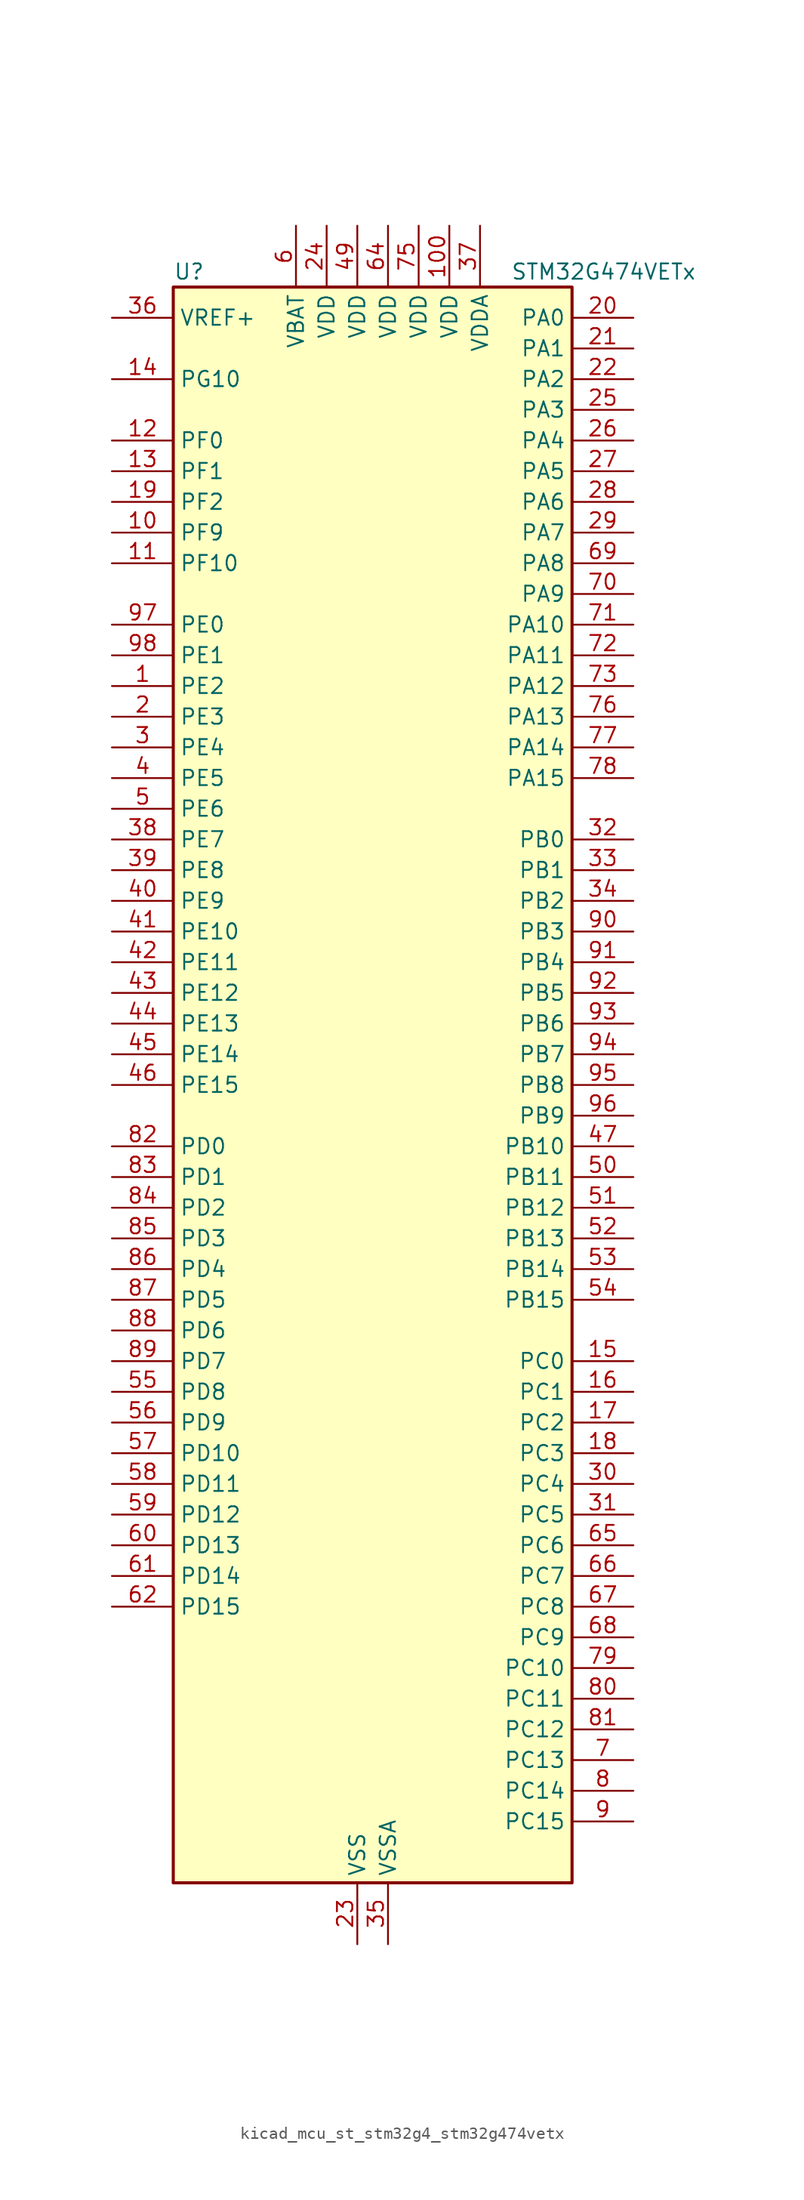
<source format=kicad_sym>
(kicad_symbol_lib
  (version 20220914)
  (generator kicad_symbol_editor)
  (symbol "kicad_mcu_st_stm32g4_stm32g474vetx"
    (property "Reference" "U"
      (at -15.24 67.31 0)
      (effects (font (size 1.27 1.27)) (justify left)))
    (property "Value" "STM32G474VETx"
      (at 12.7 67.31 0)
      (effects (font (size 1.27 1.27)) (justify left)))
    (property "ki_locked" ""
      (at 0 0 0)
      (effects (font (size 1.27 1.27))))
    (symbol "kicad_mcu_st_stm32g4_stm32g474vetx_0_1"
      (rectangle (start -15.24 -66.04) (end 17.78 66.04) (stroke (width 0.254) (type default)) (fill (type background))))
    (symbol "kicad_mcu_st_stm32g4_stm32g474vetx_1_1"
      (pin bidirectional line (at -20.32 33.02 0) (length 5.08) (name "PE2" (effects (font (size 1.27 1.27)))) (number "1" (effects (font (size 1.27 1.27)))) (alternate "ADC3_EXTI2" bidirectional line) (alternate "ADC4_EXTI2" bidirectional line) (alternate "ADC5_EXTI2" bidirectional line) (alternate "FMC_A23" bidirectional line) (alternate "SAI1_CK1" bidirectional line) (alternate "SAI1_MCLK_A" bidirectional line) (alternate "SPI4_SCK" bidirectional line) (alternate "SYS_TRACECLK" bidirectional line) (alternate "TIM20_CH1" bidirectional line) (alternate "TIM3_CH1" bidirectional line))
      (pin bidirectional line (at -20.32 45.72 0) (length 5.08) (name "PF9" (effects (font (size 1.27 1.27)))) (number "10" (effects (font (size 1.27 1.27)))) (alternate "DAC1_EXTI9" bidirectional line) (alternate "DAC2_EXTI9" bidirectional line) (alternate "DAC3_EXTI9" bidirectional line) (alternate "DAC4_EXTI9" bidirectional line) (alternate "FMC_A25" bidirectional line) (alternate "QUADSPI1_BK1_IO1" bidirectional line) (alternate "SAI1_FS_B" bidirectional line) (alternate "SPI2_SCK" bidirectional line) (alternate "TIM15_CH1" bidirectional line) (alternate "TIM20_BKIN" bidirectional line) (alternate "TIM5_CH4" bidirectional line))
      (pin power_in line (at 7.62 71.12 270) (length 5.08) (name "VDD" (effects (font (size 1.27 1.27)))) (number "100" (effects (font (size 1.27 1.27)))))
      (pin bidirectional line (at -20.32 43.18 0) (length 5.08) (name "PF10" (effects (font (size 1.27 1.27)))) (number "11" (effects (font (size 1.27 1.27)))) (alternate "DAC1_EXTI10" bidirectional line) (alternate "DAC2_EXTI10" bidirectional line) (alternate "DAC3_EXTI10" bidirectional line) (alternate "DAC4_EXTI10" bidirectional line) (alternate "FMC_A0" bidirectional line) (alternate "QUADSPI1_CLK" bidirectional line) (alternate "SAI1_D3" bidirectional line) (alternate "SPI2_SCK" bidirectional line) (alternate "TIM15_CH2" bidirectional line) (alternate "TIM20_BKIN2" bidirectional line))
      (pin bidirectional line (at -20.32 53.34 0) (length 5.08) (name "PF0" (effects (font (size 1.27 1.27)))) (number "12" (effects (font (size 1.27 1.27)))) (alternate "ADC1_IN10" bidirectional line) (alternate "I2C2_SDA" bidirectional line) (alternate "I2S2_WS" bidirectional line) (alternate "RCC_OSC_IN" bidirectional line) (alternate "SPI2_NSS" bidirectional line) (alternate "TIM1_CH3N" bidirectional line))
      (pin bidirectional line (at -20.32 50.8 0) (length 5.08) (name "PF1" (effects (font (size 1.27 1.27)))) (number "13" (effects (font (size 1.27 1.27)))) (alternate "ADC2_IN10" bidirectional line) (alternate "COMP3_INM" bidirectional line) (alternate "I2S2_CK" bidirectional line) (alternate "RCC_OSC_OUT" bidirectional line) (alternate "SPI2_SCK" bidirectional line))
      (pin bidirectional line (at -20.32 58.42 0) (length 5.08) (name "PG10" (effects (font (size 1.27 1.27)))) (number "14" (effects (font (size 1.27 1.27)))) (alternate "DAC1_EXTI10" bidirectional line) (alternate "DAC2_EXTI10" bidirectional line) (alternate "DAC3_EXTI10" bidirectional line) (alternate "DAC4_EXTI10" bidirectional line) (alternate "RCC_MCO" bidirectional line))
      (pin bidirectional line (at 22.86 -22.86 180) (length 5.08) (name "PC0" (effects (font (size 1.27 1.27)))) (number "15" (effects (font (size 1.27 1.27)))) (alternate "ADC1_IN6" bidirectional line) (alternate "ADC2_IN6" bidirectional line) (alternate "COMP3_INM" bidirectional line) (alternate "LPTIM1_IN1" bidirectional line) (alternate "LPUART1_RX" bidirectional line) (alternate "TIM1_CH1" bidirectional line))
      (pin bidirectional line (at 22.86 -25.4 180) (length 5.08) (name "PC1" (effects (font (size 1.27 1.27)))) (number "16" (effects (font (size 1.27 1.27)))) (alternate "ADC1_IN7" bidirectional line) (alternate "ADC2_IN7" bidirectional line) (alternate "COMP3_INP" bidirectional line) (alternate "LPTIM1_OUT" bidirectional line) (alternate "LPUART1_TX" bidirectional line) (alternate "QUADSPI1_BK2_IO0" bidirectional line) (alternate "SAI1_SD_A" bidirectional line) (alternate "TIM1_CH2" bidirectional line))
      (pin bidirectional line (at 22.86 -27.94 180) (length 5.08) (name "PC2" (effects (font (size 1.27 1.27)))) (number "17" (effects (font (size 1.27 1.27)))) (alternate "ADC1_IN8" bidirectional line) (alternate "ADC2_IN8" bidirectional line) (alternate "ADC3_EXTI2" bidirectional line) (alternate "ADC4_EXTI2" bidirectional line) (alternate "ADC5_EXTI2" bidirectional line) (alternate "COMP3_OUT" bidirectional line) (alternate "LPTIM1_IN2" bidirectional line) (alternate "QUADSPI1_BK2_IO1" bidirectional line) (alternate "TIM1_CH3" bidirectional line) (alternate "TIM20_CH2" bidirectional line))
      (pin bidirectional line (at 22.86 -30.48 180) (length 5.08) (name "PC3" (effects (font (size 1.27 1.27)))) (number "18" (effects (font (size 1.27 1.27)))) (alternate "ADC1_IN9" bidirectional line) (alternate "ADC2_IN9" bidirectional line) (alternate "ADC3_EXTI3" bidirectional line) (alternate "ADC4_EXTI3" bidirectional line) (alternate "ADC5_EXTI3" bidirectional line) (alternate "LPTIM1_ETR" bidirectional line) (alternate "OPAMP5_VINP" bidirectional line) (alternate "OPAMP5_VINP_SEC" bidirectional line) (alternate "QUADSPI1_BK2_IO2" bidirectional line) (alternate "SAI1_D1" bidirectional line) (alternate "SAI1_SD_A" bidirectional line) (alternate "TIM1_BKIN2" bidirectional line) (alternate "TIM1_CH4" bidirectional line))
      (pin bidirectional line (at -20.32 48.26 0) (length 5.08) (name "PF2" (effects (font (size 1.27 1.27)))) (number "19" (effects (font (size 1.27 1.27)))) (alternate "ADC3_EXTI2" bidirectional line) (alternate "ADC4_EXTI2" bidirectional line) (alternate "ADC5_EXTI2" bidirectional line) (alternate "FMC_A2" bidirectional line) (alternate "I2C2_SMBA" bidirectional line) (alternate "TIM20_CH3" bidirectional line))
      (pin bidirectional line (at -20.32 30.48 0) (length 5.08) (name "PE3" (effects (font (size 1.27 1.27)))) (number "2" (effects (font (size 1.27 1.27)))) (alternate "ADC3_EXTI3" bidirectional line) (alternate "ADC4_EXTI3" bidirectional line) (alternate "ADC5_EXTI3" bidirectional line) (alternate "FMC_A19" bidirectional line) (alternate "SAI1_SD_B" bidirectional line) (alternate "SPI4_NSS" bidirectional line) (alternate "SYS_TRACED0" bidirectional line) (alternate "TIM20_CH2" bidirectional line) (alternate "TIM3_CH2" bidirectional line))
      (pin bidirectional line (at 22.86 63.5 180) (length 5.08) (name "PA0" (effects (font (size 1.27 1.27)))) (number "20" (effects (font (size 1.27 1.27)))) (alternate "ADC1_IN1" bidirectional line) (alternate "ADC2_IN1" bidirectional line) (alternate "COMP1_INM" bidirectional line) (alternate "COMP1_OUT" bidirectional line) (alternate "COMP3_INP" bidirectional line) (alternate "RTC_TAMP2" bidirectional line) (alternate "SYS_WKUP1" bidirectional line) (alternate "TIM2_CH1" bidirectional line) (alternate "TIM2_ETR" bidirectional line) (alternate "TIM5_CH1" bidirectional line) (alternate "TIM8_BKIN" bidirectional line) (alternate "TIM8_ETR" bidirectional line) (alternate "USART2_CTS" bidirectional line) (alternate "USART2_NSS" bidirectional line))
      (pin bidirectional line (at 22.86 60.96 180) (length 5.08) (name "PA1" (effects (font (size 1.27 1.27)))) (number "21" (effects (font (size 1.27 1.27)))) (alternate "ADC1_IN2" bidirectional line) (alternate "ADC2_IN2" bidirectional line) (alternate "COMP1_INP" bidirectional line) (alternate "OPAMP1_VINP" bidirectional line) (alternate "OPAMP1_VINP_SEC" bidirectional line) (alternate "OPAMP3_VINP" bidirectional line) (alternate "OPAMP3_VINP_SEC" bidirectional line) (alternate "OPAMP6_VINM" bidirectional line) (alternate "OPAMP6_VINM0" bidirectional line) (alternate "OPAMP6_VINM_SEC" bidirectional line) (alternate "RTC_REFIN" bidirectional line) (alternate "TIM15_CH1N" bidirectional line) (alternate "TIM2_CH2" bidirectional line) (alternate "TIM5_CH2" bidirectional line) (alternate "USART2_DE" bidirectional line) (alternate "USART2_RTS" bidirectional line))
      (pin bidirectional line (at 22.86 58.42 180) (length 5.08) (name "PA2" (effects (font (size 1.27 1.27)))) (number "22" (effects (font (size 1.27 1.27)))) (alternate "ADC1_IN3" bidirectional line) (alternate "ADC3_EXTI2" bidirectional line) (alternate "ADC4_EXTI2" bidirectional line) (alternate "ADC5_EXTI2" bidirectional line) (alternate "COMP2_INM" bidirectional line) (alternate "COMP2_OUT" bidirectional line) (alternate "LPUART1_TX" bidirectional line) (alternate "OPAMP1_VOUT" bidirectional line) (alternate "QUADSPI1_BK1_NCS" bidirectional line) (alternate "RCC_LSCO" bidirectional line) (alternate "SYS_WKUP4" bidirectional line) (alternate "TIM15_CH1" bidirectional line) (alternate "TIM2_CH3" bidirectional line) (alternate "TIM5_CH3" bidirectional line) (alternate "UCPD1_FRSTX1" bidirectional line) (alternate "UCPD1_FRSTX2" bidirectional line) (alternate "USART2_TX" bidirectional line))
      (pin power_in line (at 0 -71.12 90) (length 5.08) (name "VSS" (effects (font (size 1.27 1.27)))) (number "23" (effects (font (size 1.27 1.27)))))
      (pin power_in line (at -2.54 71.12 270) (length 5.08) (name "VDD" (effects (font (size 1.27 1.27)))) (number "24" (effects (font (size 1.27 1.27)))))
      (pin bidirectional line (at 22.86 55.88 180) (length 5.08) (name "PA3" (effects (font (size 1.27 1.27)))) (number "25" (effects (font (size 1.27 1.27)))) (alternate "ADC1_IN4" bidirectional line) (alternate "ADC3_EXTI3" bidirectional line) (alternate "ADC4_EXTI3" bidirectional line) (alternate "ADC5_EXTI3" bidirectional line) (alternate "COMP2_INP" bidirectional line) (alternate "LPUART1_RX" bidirectional line) (alternate "OPAMP1_VINM" bidirectional line) (alternate "OPAMP1_VINM0" bidirectional line) (alternate "OPAMP1_VINM_SEC" bidirectional line) (alternate "OPAMP1_VINP" bidirectional line) (alternate "OPAMP1_VINP_SEC" bidirectional line) (alternate "OPAMP5_VINM" bidirectional line) (alternate "OPAMP5_VINM1" bidirectional line) (alternate "OPAMP5_VINM_SEC" bidirectional line) (alternate "QUADSPI1_CLK" bidirectional line) (alternate "SAI1_CK1" bidirectional line) (alternate "SAI1_MCLK_A" bidirectional line) (alternate "TIM15_CH2" bidirectional line) (alternate "TIM2_CH4" bidirectional line) (alternate "TIM5_CH4" bidirectional line) (alternate "USART2_RX" bidirectional line))
      (pin bidirectional line (at 22.86 53.34 180) (length 5.08) (name "PA4" (effects (font (size 1.27 1.27)))) (number "26" (effects (font (size 1.27 1.27)))) (alternate "ADC2_IN17" bidirectional line) (alternate "COMP1_INM" bidirectional line) (alternate "DAC1_OUT1" bidirectional line) (alternate "I2S3_WS" bidirectional line) (alternate "SAI1_FS_B" bidirectional line) (alternate "SPI1_NSS" bidirectional line) (alternate "SPI3_NSS" bidirectional line) (alternate "TIM3_CH2" bidirectional line) (alternate "USART2_CK" bidirectional line))
      (pin bidirectional line (at 22.86 50.8 180) (length 5.08) (name "PA5" (effects (font (size 1.27 1.27)))) (number "27" (effects (font (size 1.27 1.27)))) (alternate "ADC2_IN13" bidirectional line) (alternate "COMP2_INM" bidirectional line) (alternate "DAC1_OUT2" bidirectional line) (alternate "OPAMP2_VINM" bidirectional line) (alternate "OPAMP2_VINM0" bidirectional line) (alternate "OPAMP2_VINM_SEC" bidirectional line) (alternate "SPI1_SCK" bidirectional line) (alternate "TIM2_CH1" bidirectional line) (alternate "TIM2_ETR" bidirectional line) (alternate "UCPD1_FRSTX1" bidirectional line) (alternate "UCPD1_FRSTX2" bidirectional line))
      (pin bidirectional line (at 22.86 48.26 180) (length 5.08) (name "PA6" (effects (font (size 1.27 1.27)))) (number "28" (effects (font (size 1.27 1.27)))) (alternate "ADC2_IN3" bidirectional line) (alternate "COMP1_OUT" bidirectional line) (alternate "DAC2_OUT1" bidirectional line) (alternate "LPUART1_CTS" bidirectional line) (alternate "OPAMP2_VOUT" bidirectional line) (alternate "QUADSPI1_BK1_IO3" bidirectional line) (alternate "SPI1_MISO" bidirectional line) (alternate "TIM16_CH1" bidirectional line) (alternate "TIM1_BKIN" bidirectional line) (alternate "TIM3_CH1" bidirectional line) (alternate "TIM8_BKIN" bidirectional line))
      (pin bidirectional line (at 22.86 45.72 180) (length 5.08) (name "PA7" (effects (font (size 1.27 1.27)))) (number "29" (effects (font (size 1.27 1.27)))) (alternate "ADC2_IN4" bidirectional line) (alternate "COMP2_INP" bidirectional line) (alternate "COMP2_OUT" bidirectional line) (alternate "OPAMP1_VINP" bidirectional line) (alternate "OPAMP1_VINP_SEC" bidirectional line) (alternate "OPAMP2_VINP" bidirectional line) (alternate "OPAMP2_VINP_SEC" bidirectional line) (alternate "QUADSPI1_BK1_IO2" bidirectional line) (alternate "SPI1_MOSI" bidirectional line) (alternate "TIM17_CH1" bidirectional line) (alternate "TIM1_CH1N" bidirectional line) (alternate "TIM3_CH2" bidirectional line) (alternate "TIM8_CH1N" bidirectional line) (alternate "UCPD1_FRSTX1" bidirectional line) (alternate "UCPD1_FRSTX2" bidirectional line))
      (pin bidirectional line (at -20.32 27.94 0) (length 5.08) (name "PE4" (effects (font (size 1.27 1.27)))) (number "3" (effects (font (size 1.27 1.27)))) (alternate "FMC_A20" bidirectional line) (alternate "SAI1_D2" bidirectional line) (alternate "SAI1_FS_A" bidirectional line) (alternate "SPI4_NSS" bidirectional line) (alternate "SYS_TRACED1" bidirectional line) (alternate "TIM20_CH1N" bidirectional line) (alternate "TIM3_CH3" bidirectional line))
      (pin bidirectional line (at 22.86 -33.02 180) (length 5.08) (name "PC4" (effects (font (size 1.27 1.27)))) (number "30" (effects (font (size 1.27 1.27)))) (alternate "ADC2_IN5" bidirectional line) (alternate "I2C2_SCL" bidirectional line) (alternate "QUADSPI1_BK2_IO3" bidirectional line) (alternate "TIM1_ETR" bidirectional line) (alternate "USART1_TX" bidirectional line))
      (pin bidirectional line (at 22.86 -35.56 180) (length 5.08) (name "PC5" (effects (font (size 1.27 1.27)))) (number "31" (effects (font (size 1.27 1.27)))) (alternate "ADC2_IN11" bidirectional line) (alternate "HRTIM1_EEV10" bidirectional line) (alternate "OPAMP1_VINM" bidirectional line) (alternate "OPAMP1_VINM1" bidirectional line) (alternate "OPAMP1_VINM_SEC" bidirectional line) (alternate "OPAMP2_VINM" bidirectional line) (alternate "OPAMP2_VINM1" bidirectional line) (alternate "OPAMP2_VINM_SEC" bidirectional line) (alternate "SAI1_D3" bidirectional line) (alternate "SYS_WKUP5" bidirectional line) (alternate "TIM15_BKIN" bidirectional line) (alternate "TIM1_CH4N" bidirectional line) (alternate "USART1_RX" bidirectional line))
      (pin bidirectional line (at 22.86 20.32 180) (length 5.08) (name "PB0" (effects (font (size 1.27 1.27)))) (number "32" (effects (font (size 1.27 1.27)))) (alternate "ADC1_IN15" bidirectional line) (alternate "ADC3_IN12" bidirectional line) (alternate "COMP4_INP" bidirectional line) (alternate "HRTIM1_FLT5" bidirectional line) (alternate "OPAMP2_VINP" bidirectional line) (alternate "OPAMP2_VINP_SEC" bidirectional line) (alternate "OPAMP3_VINP" bidirectional line) (alternate "OPAMP3_VINP_SEC" bidirectional line) (alternate "QUADSPI1_BK1_IO1" bidirectional line) (alternate "TIM1_CH2N" bidirectional line) (alternate "TIM3_CH3" bidirectional line) (alternate "TIM8_CH2N" bidirectional line) (alternate "UCPD1_FRSTX1" bidirectional line) (alternate "UCPD1_FRSTX2" bidirectional line))
      (pin bidirectional line (at 22.86 17.78 180) (length 5.08) (name "PB1" (effects (font (size 1.27 1.27)))) (number "33" (effects (font (size 1.27 1.27)))) (alternate "ADC1_IN12" bidirectional line) (alternate "ADC3_IN1" bidirectional line) (alternate "COMP1_INP" bidirectional line) (alternate "COMP4_OUT" bidirectional line) (alternate "HRTIM1_SCOUT" bidirectional line) (alternate "LPUART1_DE" bidirectional line) (alternate "LPUART1_RTS" bidirectional line) (alternate "OPAMP3_VOUT" bidirectional line) (alternate "OPAMP6_VINM" bidirectional line) (alternate "OPAMP6_VINM1" bidirectional line) (alternate "OPAMP6_VINM_SEC" bidirectional line) (alternate "QUADSPI1_BK1_IO0" bidirectional line) (alternate "TIM1_CH3N" bidirectional line) (alternate "TIM3_CH4" bidirectional line) (alternate "TIM8_CH3N" bidirectional line))
      (pin bidirectional line (at 22.86 15.24 180) (length 5.08) (name "PB2" (effects (font (size 1.27 1.27)))) (number "34" (effects (font (size 1.27 1.27)))) (alternate "ADC2_IN12" bidirectional line) (alternate "ADC3_EXTI2" bidirectional line) (alternate "ADC4_EXTI2" bidirectional line) (alternate "ADC5_EXTI2" bidirectional line) (alternate "COMP4_INM" bidirectional line) (alternate "HRTIM1_SCIN" bidirectional line) (alternate "I2C3_SMBA" bidirectional line) (alternate "LPTIM1_OUT" bidirectional line) (alternate "OPAMP3_VINM" bidirectional line) (alternate "OPAMP3_VINM0" bidirectional line) (alternate "OPAMP3_VINM_SEC" bidirectional line) (alternate "QUADSPI1_BK2_IO1" bidirectional line) (alternate "RTC_OUT2" bidirectional line) (alternate "TIM20_CH1" bidirectional line) (alternate "TIM5_CH1" bidirectional line))
      (pin power_in line (at 2.54 -71.12 90) (length 5.08) (name "VSSA" (effects (font (size 1.27 1.27)))) (number "35" (effects (font (size 1.27 1.27)))))
      (pin input line (at -20.32 63.5 0) (length 5.08) (name "VREF+" (effects (font (size 1.27 1.27)))) (number "36" (effects (font (size 1.27 1.27)))) (alternate "VREFBUF_OUT" bidirectional line))
      (pin power_in line (at 10.16 71.12 270) (length 5.08) (name "VDDA" (effects (font (size 1.27 1.27)))) (number "37" (effects (font (size 1.27 1.27)))))
      (pin bidirectional line (at -20.32 20.32 0) (length 5.08) (name "PE7" (effects (font (size 1.27 1.27)))) (number "38" (effects (font (size 1.27 1.27)))) (alternate "ADC3_IN4" bidirectional line) (alternate "COMP4_INP" bidirectional line) (alternate "FMC_D4" bidirectional line) (alternate "FMC_DA4" bidirectional line) (alternate "SAI1_SD_B" bidirectional line) (alternate "TIM1_ETR" bidirectional line))
      (pin bidirectional line (at -20.32 17.78 0) (length 5.08) (name "PE8" (effects (font (size 1.27 1.27)))) (number "39" (effects (font (size 1.27 1.27)))) (alternate "ADC3_IN6" bidirectional line) (alternate "ADC4_IN6" bidirectional line) (alternate "ADC5_IN6" bidirectional line) (alternate "COMP4_INM" bidirectional line) (alternate "FMC_D5" bidirectional line) (alternate "FMC_DA5" bidirectional line) (alternate "SAI1_SCK_B" bidirectional line) (alternate "TIM1_CH1N" bidirectional line) (alternate "TIM5_CH3" bidirectional line))
      (pin bidirectional line (at -20.32 25.4 0) (length 5.08) (name "PE5" (effects (font (size 1.27 1.27)))) (number "4" (effects (font (size 1.27 1.27)))) (alternate "FMC_A21" bidirectional line) (alternate "SAI1_CK2" bidirectional line) (alternate "SAI1_SCK_A" bidirectional line) (alternate "SPI4_MISO" bidirectional line) (alternate "SYS_TRACED2" bidirectional line) (alternate "TIM20_CH2N" bidirectional line) (alternate "TIM3_CH4" bidirectional line))
      (pin bidirectional line (at -20.32 15.24 0) (length 5.08) (name "PE9" (effects (font (size 1.27 1.27)))) (number "40" (effects (font (size 1.27 1.27)))) (alternate "ADC3_IN2" bidirectional line) (alternate "DAC1_EXTI9" bidirectional line) (alternate "DAC2_EXTI9" bidirectional line) (alternate "DAC3_EXTI9" bidirectional line) (alternate "DAC4_EXTI9" bidirectional line) (alternate "FMC_D6" bidirectional line) (alternate "FMC_DA6" bidirectional line) (alternate "SAI1_FS_B" bidirectional line) (alternate "TIM1_CH1" bidirectional line) (alternate "TIM5_CH4" bidirectional line))
      (pin bidirectional line (at -20.32 12.7 0) (length 5.08) (name "PE10" (effects (font (size 1.27 1.27)))) (number "41" (effects (font (size 1.27 1.27)))) (alternate "ADC3_IN14" bidirectional line) (alternate "ADC4_IN14" bidirectional line) (alternate "ADC5_IN14" bidirectional line) (alternate "DAC1_EXTI10" bidirectional line) (alternate "DAC2_EXTI10" bidirectional line) (alternate "DAC3_EXTI10" bidirectional line) (alternate "DAC4_EXTI10" bidirectional line) (alternate "FMC_D7" bidirectional line) (alternate "FMC_DA7" bidirectional line) (alternate "QUADSPI1_CLK" bidirectional line) (alternate "SAI1_MCLK_B" bidirectional line) (alternate "TIM1_CH2N" bidirectional line))
      (pin bidirectional line (at -20.32 10.16 0) (length 5.08) (name "PE11" (effects (font (size 1.27 1.27)))) (number "42" (effects (font (size 1.27 1.27)))) (alternate "ADC1_EXTI11" bidirectional line) (alternate "ADC2_EXTI11" bidirectional line) (alternate "ADC3_IN15" bidirectional line) (alternate "ADC4_IN15" bidirectional line) (alternate "ADC5_IN15" bidirectional line) (alternate "FMC_D8" bidirectional line) (alternate "FMC_DA8" bidirectional line) (alternate "QUADSPI1_BK1_NCS" bidirectional line) (alternate "SPI4_NSS" bidirectional line) (alternate "TIM1_CH2" bidirectional line))
      (pin bidirectional line (at -20.32 7.62 0) (length 5.08) (name "PE12" (effects (font (size 1.27 1.27)))) (number "43" (effects (font (size 1.27 1.27)))) (alternate "ADC3_IN16" bidirectional line) (alternate "ADC4_IN16" bidirectional line) (alternate "ADC5_IN16" bidirectional line) (alternate "FMC_D9" bidirectional line) (alternate "FMC_DA9" bidirectional line) (alternate "QUADSPI1_BK1_IO0" bidirectional line) (alternate "SPI4_SCK" bidirectional line) (alternate "TIM1_CH3N" bidirectional line))
      (pin bidirectional line (at -20.32 5.08 0) (length 5.08) (name "PE13" (effects (font (size 1.27 1.27)))) (number "44" (effects (font (size 1.27 1.27)))) (alternate "ADC3_IN3" bidirectional line) (alternate "FMC_D10" bidirectional line) (alternate "FMC_DA10" bidirectional line) (alternate "QUADSPI1_BK1_IO1" bidirectional line) (alternate "SPI4_MISO" bidirectional line) (alternate "TIM1_CH3" bidirectional line))
      (pin bidirectional line (at -20.32 2.54 0) (length 5.08) (name "PE14" (effects (font (size 1.27 1.27)))) (number "45" (effects (font (size 1.27 1.27)))) (alternate "ADC4_IN1" bidirectional line) (alternate "FMC_D11" bidirectional line) (alternate "FMC_DA11" bidirectional line) (alternate "QUADSPI1_BK1_IO2" bidirectional line) (alternate "SPI4_MOSI" bidirectional line) (alternate "TIM1_BKIN2" bidirectional line) (alternate "TIM1_CH4" bidirectional line))
      (pin bidirectional line (at -20.32 0 0) (length 5.08) (name "PE15" (effects (font (size 1.27 1.27)))) (number "46" (effects (font (size 1.27 1.27)))) (alternate "ADC1_EXTI15" bidirectional line) (alternate "ADC2_EXTI15" bidirectional line) (alternate "ADC4_IN2" bidirectional line) (alternate "FMC_D12" bidirectional line) (alternate "FMC_DA12" bidirectional line) (alternate "QUADSPI1_BK1_IO3" bidirectional line) (alternate "TIM1_BKIN" bidirectional line) (alternate "TIM1_CH4N" bidirectional line) (alternate "USART3_RX" bidirectional line))
      (pin bidirectional line (at 22.86 -5.08 180) (length 5.08) (name "PB10" (effects (font (size 1.27 1.27)))) (number "47" (effects (font (size 1.27 1.27)))) (alternate "COMP5_INM" bidirectional line) (alternate "DAC1_EXTI10" bidirectional line) (alternate "DAC2_EXTI10" bidirectional line) (alternate "DAC3_EXTI10" bidirectional line) (alternate "DAC4_EXTI10" bidirectional line) (alternate "HRTIM1_FLT3" bidirectional line) (alternate "LPUART1_RX" bidirectional line) (alternate "OPAMP3_VINM" bidirectional line) (alternate "OPAMP3_VINM1" bidirectional line) (alternate "OPAMP3_VINM_SEC" bidirectional line) (alternate "OPAMP4_VINM" bidirectional line) (alternate "OPAMP4_VINM0" bidirectional line) (alternate "OPAMP4_VINM_SEC" bidirectional line) (alternate "QUADSPI1_CLK" bidirectional line) (alternate "SAI1_SCK_A" bidirectional line) (alternate "TIM1_BKIN" bidirectional line) (alternate "TIM2_CH3" bidirectional line) (alternate "USART3_TX" bidirectional line))
      (pin passive line (at 0 -71.12 90) (length 5.08) hide (name "VSS" (effects (font (size 1.27 1.27)))) (number "48" (effects (font (size 1.27 1.27)))))
      (pin power_in line (at 0 71.12 270) (length 5.08) (name "VDD" (effects (font (size 1.27 1.27)))) (number "49" (effects (font (size 1.27 1.27)))))
      (pin bidirectional line (at -20.32 22.86 0) (length 5.08) (name "PE6" (effects (font (size 1.27 1.27)))) (number "5" (effects (font (size 1.27 1.27)))) (alternate "FMC_A22" bidirectional line) (alternate "RTC_TAMP3" bidirectional line) (alternate "SAI1_D1" bidirectional line) (alternate "SAI1_SD_A" bidirectional line) (alternate "SPI4_MOSI" bidirectional line) (alternate "SYS_TRACED3" bidirectional line) (alternate "SYS_WKUP3" bidirectional line) (alternate "TIM20_CH3N" bidirectional line))
      (pin bidirectional line (at 22.86 -7.62 180) (length 5.08) (name "PB11" (effects (font (size 1.27 1.27)))) (number "50" (effects (font (size 1.27 1.27)))) (alternate "ADC1_EXTI11" bidirectional line) (alternate "ADC1_IN14" bidirectional line) (alternate "ADC2_EXTI11" bidirectional line) (alternate "ADC2_IN14" bidirectional line) (alternate "COMP6_INP" bidirectional line) (alternate "HRTIM1_FLT4" bidirectional line) (alternate "LPUART1_TX" bidirectional line) (alternate "OPAMP4_VINP" bidirectional line) (alternate "OPAMP4_VINP_SEC" bidirectional line) (alternate "OPAMP6_VOUT" bidirectional line) (alternate "QUADSPI1_BK1_NCS" bidirectional line) (alternate "TIM2_CH4" bidirectional line) (alternate "USART3_RX" bidirectional line))
      (pin bidirectional line (at 22.86 -10.16 180) (length 5.08) (name "PB12" (effects (font (size 1.27 1.27)))) (number "51" (effects (font (size 1.27 1.27)))) (alternate "ADC1_IN11" bidirectional line) (alternate "ADC4_IN3" bidirectional line) (alternate "COMP7_INM" bidirectional line) (alternate "FDCAN2_RX" bidirectional line) (alternate "HRTIM1_CHC1" bidirectional line) (alternate "I2C2_SMBA" bidirectional line) (alternate "I2S2_WS" bidirectional line) (alternate "LPUART1_DE" bidirectional line) (alternate "LPUART1_RTS" bidirectional line) (alternate "OPAMP4_VOUT" bidirectional line) (alternate "OPAMP6_VINP" bidirectional line) (alternate "OPAMP6_VINP_SEC" bidirectional line) (alternate "SPI2_NSS" bidirectional line) (alternate "TIM1_BKIN" bidirectional line) (alternate "TIM5_ETR" bidirectional line) (alternate "USART3_CK" bidirectional line))
      (pin bidirectional line (at 22.86 -12.7 180) (length 5.08) (name "PB13" (effects (font (size 1.27 1.27)))) (number "52" (effects (font (size 1.27 1.27)))) (alternate "ADC3_IN5" bidirectional line) (alternate "COMP5_INP" bidirectional line) (alternate "FDCAN2_TX" bidirectional line) (alternate "HRTIM1_CHC2" bidirectional line) (alternate "I2S2_CK" bidirectional line) (alternate "LPUART1_CTS" bidirectional line) (alternate "OPAMP3_VINP" bidirectional line) (alternate "OPAMP3_VINP_SEC" bidirectional line) (alternate "OPAMP4_VINP" bidirectional line) (alternate "OPAMP4_VINP_SEC" bidirectional line) (alternate "OPAMP6_VINP" bidirectional line) (alternate "OPAMP6_VINP_SEC" bidirectional line) (alternate "SPI2_SCK" bidirectional line) (alternate "TIM1_CH1N" bidirectional line) (alternate "USART3_CTS" bidirectional line) (alternate "USART3_NSS" bidirectional line))
      (pin bidirectional line (at 22.86 -15.24 180) (length 5.08) (name "PB14" (effects (font (size 1.27 1.27)))) (number "53" (effects (font (size 1.27 1.27)))) (alternate "ADC1_IN5" bidirectional line) (alternate "ADC4_IN4" bidirectional line) (alternate "COMP4_OUT" bidirectional line) (alternate "COMP7_INP" bidirectional line) (alternate "HRTIM1_CHD1" bidirectional line) (alternate "OPAMP2_VINP" bidirectional line) (alternate "OPAMP2_VINP_SEC" bidirectional line) (alternate "OPAMP5_VINP" bidirectional line) (alternate "OPAMP5_VINP_SEC" bidirectional line) (alternate "SPI2_MISO" bidirectional line) (alternate "TIM15_CH1" bidirectional line) (alternate "TIM1_CH2N" bidirectional line) (alternate "USART3_DE" bidirectional line) (alternate "USART3_RTS" bidirectional line))
      (pin bidirectional line (at 22.86 -17.78 180) (length 5.08) (name "PB15" (effects (font (size 1.27 1.27)))) (number "54" (effects (font (size 1.27 1.27)))) (alternate "ADC1_EXTI15" bidirectional line) (alternate "ADC2_EXTI15" bidirectional line) (alternate "ADC2_IN15" bidirectional line) (alternate "ADC4_IN5" bidirectional line) (alternate "COMP3_OUT" bidirectional line) (alternate "COMP6_INM" bidirectional line) (alternate "HRTIM1_CHD2" bidirectional line) (alternate "I2S2_SD" bidirectional line) (alternate "OPAMP5_VINM" bidirectional line) (alternate "OPAMP5_VINM0" bidirectional line) (alternate "OPAMP5_VINM_SEC" bidirectional line) (alternate "RTC_REFIN" bidirectional line) (alternate "SPI2_MOSI" bidirectional line) (alternate "TIM15_CH1N" bidirectional line) (alternate "TIM15_CH2" bidirectional line) (alternate "TIM1_CH3N" bidirectional line))
      (pin bidirectional line (at -20.32 -25.4 0) (length 5.08) (name "PD8" (effects (font (size 1.27 1.27)))) (number "55" (effects (font (size 1.27 1.27)))) (alternate "ADC4_IN12" bidirectional line) (alternate "ADC5_IN12" bidirectional line) (alternate "FMC_D13" bidirectional line) (alternate "FMC_DA13" bidirectional line) (alternate "OPAMP4_VINM" bidirectional line) (alternate "OPAMP4_VINM1" bidirectional line) (alternate "OPAMP4_VINM_SEC" bidirectional line) (alternate "USART3_TX" bidirectional line))
      (pin bidirectional line (at -20.32 -27.94 0) (length 5.08) (name "PD9" (effects (font (size 1.27 1.27)))) (number "56" (effects (font (size 1.27 1.27)))) (alternate "ADC4_IN13" bidirectional line) (alternate "ADC5_IN13" bidirectional line) (alternate "DAC1_EXTI9" bidirectional line) (alternate "DAC2_EXTI9" bidirectional line) (alternate "DAC3_EXTI9" bidirectional line) (alternate "DAC4_EXTI9" bidirectional line) (alternate "FMC_D14" bidirectional line) (alternate "FMC_DA14" bidirectional line) (alternate "OPAMP6_VINP" bidirectional line) (alternate "OPAMP6_VINP_SEC" bidirectional line) (alternate "USART3_RX" bidirectional line))
      (pin bidirectional line (at -20.32 -30.48 0) (length 5.08) (name "PD10" (effects (font (size 1.27 1.27)))) (number "57" (effects (font (size 1.27 1.27)))) (alternate "ADC3_IN7" bidirectional line) (alternate "ADC4_IN7" bidirectional line) (alternate "ADC5_IN7" bidirectional line) (alternate "COMP6_INM" bidirectional line) (alternate "DAC1_EXTI10" bidirectional line) (alternate "DAC2_EXTI10" bidirectional line) (alternate "DAC3_EXTI10" bidirectional line) (alternate "DAC4_EXTI10" bidirectional line) (alternate "FMC_D15" bidirectional line) (alternate "FMC_DA15" bidirectional line) (alternate "USART3_CK" bidirectional line))
      (pin bidirectional line (at -20.32 -33.02 0) (length 5.08) (name "PD11" (effects (font (size 1.27 1.27)))) (number "58" (effects (font (size 1.27 1.27)))) (alternate "ADC1_EXTI11" bidirectional line) (alternate "ADC2_EXTI11" bidirectional line) (alternate "ADC3_IN8" bidirectional line) (alternate "ADC4_IN8" bidirectional line) (alternate "ADC5_IN8" bidirectional line) (alternate "COMP6_INP" bidirectional line) (alternate "FMC_A16" bidirectional line) (alternate "FMC_CLE" bidirectional line) (alternate "I2C4_SMBA" bidirectional line) (alternate "OPAMP4_VINP" bidirectional line) (alternate "OPAMP4_VINP_SEC" bidirectional line) (alternate "TIM5_ETR" bidirectional line) (alternate "USART3_CTS" bidirectional line) (alternate "USART3_NSS" bidirectional line))
      (pin bidirectional line (at -20.32 -35.56 0) (length 5.08) (name "PD12" (effects (font (size 1.27 1.27)))) (number "59" (effects (font (size 1.27 1.27)))) (alternate "ADC3_IN9" bidirectional line) (alternate "ADC4_IN9" bidirectional line) (alternate "ADC5_IN9" bidirectional line) (alternate "COMP5_INP" bidirectional line) (alternate "FMC_A17" bidirectional line) (alternate "FMC_ALE" bidirectional line) (alternate "OPAMP5_VINP" bidirectional line) (alternate "OPAMP5_VINP_SEC" bidirectional line) (alternate "TIM4_CH1" bidirectional line) (alternate "USART3_DE" bidirectional line) (alternate "USART3_RTS" bidirectional line))
      (pin power_in line (at -5.08 71.12 270) (length 5.08) (name "VBAT" (effects (font (size 1.27 1.27)))) (number "6" (effects (font (size 1.27 1.27)))))
      (pin bidirectional line (at -20.32 -38.1 0) (length 5.08) (name "PD13" (effects (font (size 1.27 1.27)))) (number "60" (effects (font (size 1.27 1.27)))) (alternate "ADC3_IN10" bidirectional line) (alternate "ADC4_IN10" bidirectional line) (alternate "ADC5_IN10" bidirectional line) (alternate "COMP5_INM" bidirectional line) (alternate "FMC_A18" bidirectional line) (alternate "TIM4_CH2" bidirectional line))
      (pin bidirectional line (at -20.32 -40.64 0) (length 5.08) (name "PD14" (effects (font (size 1.27 1.27)))) (number "61" (effects (font (size 1.27 1.27)))) (alternate "ADC3_IN11" bidirectional line) (alternate "ADC4_IN11" bidirectional line) (alternate "ADC5_IN11" bidirectional line) (alternate "COMP7_INP" bidirectional line) (alternate "FMC_D0" bidirectional line) (alternate "FMC_DA0" bidirectional line) (alternate "OPAMP2_VINP" bidirectional line) (alternate "OPAMP2_VINP_SEC" bidirectional line) (alternate "TIM4_CH3" bidirectional line))
      (pin bidirectional line (at -20.32 -43.18 0) (length 5.08) (name "PD15" (effects (font (size 1.27 1.27)))) (number "62" (effects (font (size 1.27 1.27)))) (alternate "ADC1_EXTI15" bidirectional line) (alternate "ADC2_EXTI15" bidirectional line) (alternate "COMP7_INM" bidirectional line) (alternate "FMC_D1" bidirectional line) (alternate "FMC_DA1" bidirectional line) (alternate "SPI2_NSS" bidirectional line) (alternate "TIM4_CH4" bidirectional line))
      (pin passive line (at 0 -71.12 90) (length 5.08) hide (name "VSS" (effects (font (size 1.27 1.27)))) (number "63" (effects (font (size 1.27 1.27)))))
      (pin power_in line (at 2.54 71.12 270) (length 5.08) (name "VDD" (effects (font (size 1.27 1.27)))) (number "64" (effects (font (size 1.27 1.27)))))
      (pin bidirectional line (at 22.86 -38.1 180) (length 5.08) (name "PC6" (effects (font (size 1.27 1.27)))) (number "65" (effects (font (size 1.27 1.27)))) (alternate "COMP6_OUT" bidirectional line) (alternate "HRTIM1_CHF1" bidirectional line) (alternate "HRTIM1_EEV10" bidirectional line) (alternate "I2C4_SCL" bidirectional line) (alternate "I2S2_MCK" bidirectional line) (alternate "TIM3_CH1" bidirectional line) (alternate "TIM8_CH1" bidirectional line))
      (pin bidirectional line (at 22.86 -40.64 180) (length 5.08) (name "PC7" (effects (font (size 1.27 1.27)))) (number "66" (effects (font (size 1.27 1.27)))) (alternate "COMP5_OUT" bidirectional line) (alternate "HRTIM1_CHF2" bidirectional line) (alternate "HRTIM1_FLT5" bidirectional line) (alternate "I2C4_SDA" bidirectional line) (alternate "I2S3_MCK" bidirectional line) (alternate "TIM3_CH2" bidirectional line) (alternate "TIM8_CH2" bidirectional line))
      (pin bidirectional line (at 22.86 -43.18 180) (length 5.08) (name "PC8" (effects (font (size 1.27 1.27)))) (number "67" (effects (font (size 1.27 1.27)))) (alternate "COMP7_OUT" bidirectional line) (alternate "HRTIM1_CHE1" bidirectional line) (alternate "I2C3_SCL" bidirectional line) (alternate "TIM20_CH3" bidirectional line) (alternate "TIM3_CH3" bidirectional line) (alternate "TIM8_CH3" bidirectional line))
      (pin bidirectional line (at 22.86 -45.72 180) (length 5.08) (name "PC9" (effects (font (size 1.27 1.27)))) (number "68" (effects (font (size 1.27 1.27)))) (alternate "DAC1_EXTI9" bidirectional line) (alternate "DAC2_EXTI9" bidirectional line) (alternate "DAC3_EXTI9" bidirectional line) (alternate "DAC4_EXTI9" bidirectional line) (alternate "HRTIM1_CHE2" bidirectional line) (alternate "I2C3_SDA" bidirectional line) (alternate "I2S_CKIN" bidirectional line) (alternate "TIM3_CH4" bidirectional line) (alternate "TIM8_BKIN2" bidirectional line) (alternate "TIM8_CH4" bidirectional line))
      (pin bidirectional line (at 22.86 43.18 180) (length 5.08) (name "PA8" (effects (font (size 1.27 1.27)))) (number "69" (effects (font (size 1.27 1.27)))) (alternate "ADC5_IN1" bidirectional line) (alternate "COMP7_OUT" bidirectional line) (alternate "FDCAN3_RX" bidirectional line) (alternate "HRTIM1_CHA1" bidirectional line) (alternate "I2C2_SDA" bidirectional line) (alternate "I2C3_SCL" bidirectional line) (alternate "I2S2_MCK" bidirectional line) (alternate "OPAMP5_VOUT" bidirectional line) (alternate "RCC_MCO" bidirectional line) (alternate "SAI1_CK2" bidirectional line) (alternate "SAI1_SCK_A" bidirectional line) (alternate "TIM1_CH1" bidirectional line) (alternate "TIM4_ETR" bidirectional line) (alternate "USART1_CK" bidirectional line))
      (pin bidirectional line (at 22.86 -55.88 180) (length 5.08) (name "PC13" (effects (font (size 1.27 1.27)))) (number "7" (effects (font (size 1.27 1.27)))) (alternate "RTC_OUT1" bidirectional line) (alternate "RTC_TAMP1" bidirectional line) (alternate "RTC_TS" bidirectional line) (alternate "SYS_WKUP2" bidirectional line) (alternate "TIM1_BKIN" bidirectional line) (alternate "TIM1_CH1N" bidirectional line) (alternate "TIM8_CH4N" bidirectional line))
      (pin bidirectional line (at 22.86 40.64 180) (length 5.08) (name "PA9" (effects (font (size 1.27 1.27)))) (number "70" (effects (font (size 1.27 1.27)))) (alternate "ADC5_IN2" bidirectional line) (alternate "COMP5_OUT" bidirectional line) (alternate "DAC1_EXTI9" bidirectional line) (alternate "DAC2_EXTI9" bidirectional line) (alternate "DAC3_EXTI9" bidirectional line) (alternate "DAC4_EXTI9" bidirectional line) (alternate "HRTIM1_CHA2" bidirectional line) (alternate "I2C2_SCL" bidirectional line) (alternate "I2C3_SMBA" bidirectional line) (alternate "I2S3_MCK" bidirectional line) (alternate "SAI1_FS_A" bidirectional line) (alternate "TIM15_BKIN" bidirectional line) (alternate "TIM1_CH2" bidirectional line) (alternate "TIM2_CH3" bidirectional line) (alternate "UCPD1_DBCC1" bidirectional line) (alternate "USART1_TX" bidirectional line))
      (pin bidirectional line (at 22.86 38.1 180) (length 5.08) (name "PA10" (effects (font (size 1.27 1.27)))) (number "71" (effects (font (size 1.27 1.27)))) (alternate "COMP6_OUT" bidirectional line) (alternate "CRS_SYNC" bidirectional line) (alternate "DAC1_EXTI10" bidirectional line) (alternate "DAC2_EXTI10" bidirectional line) (alternate "DAC3_EXTI10" bidirectional line) (alternate "DAC4_EXTI10" bidirectional line) (alternate "HRTIM1_CHB1" bidirectional line) (alternate "I2C2_SMBA" bidirectional line) (alternate "SAI1_D1" bidirectional line) (alternate "SAI1_SD_A" bidirectional line) (alternate "SPI2_MISO" bidirectional line) (alternate "TIM17_BKIN" bidirectional line) (alternate "TIM1_CH3" bidirectional line) (alternate "TIM2_CH4" bidirectional line) (alternate "TIM8_BKIN" bidirectional line) (alternate "UCPD1_DBCC2" bidirectional line) (alternate "USART1_RX" bidirectional line))
      (pin bidirectional line (at 22.86 35.56 180) (length 5.08) (name "PA11" (effects (font (size 1.27 1.27)))) (number "72" (effects (font (size 1.27 1.27)))) (alternate "ADC1_EXTI11" bidirectional line) (alternate "ADC2_EXTI11" bidirectional line) (alternate "COMP1_OUT" bidirectional line) (alternate "FDCAN1_RX" bidirectional line) (alternate "HRTIM1_CHB2" bidirectional line) (alternate "I2S2_SD" bidirectional line) (alternate "SPI2_MOSI" bidirectional line) (alternate "TIM1_BKIN2" bidirectional line) (alternate "TIM1_CH1N" bidirectional line) (alternate "TIM1_CH4" bidirectional line) (alternate "TIM4_CH1" bidirectional line) (alternate "USART1_CTS" bidirectional line) (alternate "USART1_NSS" bidirectional line) (alternate "USB_DM" bidirectional line))
      (pin bidirectional line (at 22.86 33.02 180) (length 5.08) (name "PA12" (effects (font (size 1.27 1.27)))) (number "73" (effects (font (size 1.27 1.27)))) (alternate "COMP2_OUT" bidirectional line) (alternate "FDCAN1_TX" bidirectional line) (alternate "HRTIM1_FLT1" bidirectional line) (alternate "I2S_CKIN" bidirectional line) (alternate "TIM16_CH1" bidirectional line) (alternate "TIM1_CH2N" bidirectional line) (alternate "TIM1_ETR" bidirectional line) (alternate "TIM4_CH2" bidirectional line) (alternate "USART1_DE" bidirectional line) (alternate "USART1_RTS" bidirectional line) (alternate "USB_DP" bidirectional line))
      (pin passive line (at 0 -71.12 90) (length 5.08) hide (name "VSS" (effects (font (size 1.27 1.27)))) (number "74" (effects (font (size 1.27 1.27)))))
      (pin power_in line (at 5.08 71.12 270) (length 5.08) (name "VDD" (effects (font (size 1.27 1.27)))) (number "75" (effects (font (size 1.27 1.27)))))
      (pin bidirectional line (at 22.86 30.48 180) (length 5.08) (name "PA13" (effects (font (size 1.27 1.27)))) (number "76" (effects (font (size 1.27 1.27)))) (alternate "I2C1_SCL" bidirectional line) (alternate "I2C4_SCL" bidirectional line) (alternate "IR_OUT" bidirectional line) (alternate "SAI1_SD_B" bidirectional line) (alternate "SYS_JTMS-SWDIO" bidirectional line) (alternate "TIM16_CH1N" bidirectional line) (alternate "TIM4_CH3" bidirectional line) (alternate "USART3_CTS" bidirectional line) (alternate "USART3_NSS" bidirectional line))
      (pin bidirectional line (at 22.86 27.94 180) (length 5.08) (name "PA14" (effects (font (size 1.27 1.27)))) (number "77" (effects (font (size 1.27 1.27)))) (alternate "I2C1_SDA" bidirectional line) (alternate "I2C4_SMBA" bidirectional line) (alternate "LPTIM1_OUT" bidirectional line) (alternate "SAI1_FS_B" bidirectional line) (alternate "SYS_JTCK-SWCLK" bidirectional line) (alternate "TIM1_BKIN" bidirectional line) (alternate "TIM8_CH2" bidirectional line) (alternate "USART2_TX" bidirectional line))
      (pin bidirectional line (at 22.86 25.4 180) (length 5.08) (name "PA15" (effects (font (size 1.27 1.27)))) (number "78" (effects (font (size 1.27 1.27)))) (alternate "ADC1_EXTI15" bidirectional line) (alternate "ADC2_EXTI15" bidirectional line) (alternate "FDCAN3_TX" bidirectional line) (alternate "HRTIM1_FLT2" bidirectional line) (alternate "I2C1_SCL" bidirectional line) (alternate "I2S3_WS" bidirectional line) (alternate "SPI1_NSS" bidirectional line) (alternate "SPI3_NSS" bidirectional line) (alternate "SYS_JTDI" bidirectional line) (alternate "TIM1_BKIN" bidirectional line) (alternate "TIM2_CH1" bidirectional line) (alternate "TIM2_ETR" bidirectional line) (alternate "TIM8_CH1" bidirectional line) (alternate "UART4_DE" bidirectional line) (alternate "UART4_RTS" bidirectional line) (alternate "USART2_RX" bidirectional line))
      (pin bidirectional line (at 22.86 -48.26 180) (length 5.08) (name "PC10" (effects (font (size 1.27 1.27)))) (number "79" (effects (font (size 1.27 1.27)))) (alternate "DAC1_EXTI10" bidirectional line) (alternate "DAC2_EXTI10" bidirectional line) (alternate "DAC3_EXTI10" bidirectional line) (alternate "DAC4_EXTI10" bidirectional line) (alternate "HRTIM1_FLT6" bidirectional line) (alternate "I2S3_CK" bidirectional line) (alternate "SPI3_SCK" bidirectional line) (alternate "TIM8_CH1N" bidirectional line) (alternate "UART4_TX" bidirectional line) (alternate "USART3_TX" bidirectional line))
      (pin bidirectional line (at 22.86 -58.42 180) (length 5.08) (name "PC14" (effects (font (size 1.27 1.27)))) (number "8" (effects (font (size 1.27 1.27)))) (alternate "RCC_OSC32_IN" bidirectional line))
      (pin bidirectional line (at 22.86 -50.8 180) (length 5.08) (name "PC11" (effects (font (size 1.27 1.27)))) (number "80" (effects (font (size 1.27 1.27)))) (alternate "ADC1_EXTI11" bidirectional line) (alternate "ADC2_EXTI11" bidirectional line) (alternate "HRTIM1_EEV2" bidirectional line) (alternate "I2C3_SDA" bidirectional line) (alternate "SPI3_MISO" bidirectional line) (alternate "TIM8_CH2N" bidirectional line) (alternate "UART4_RX" bidirectional line) (alternate "USART3_RX" bidirectional line))
      (pin bidirectional line (at 22.86 -53.34 180) (length 5.08) (name "PC12" (effects (font (size 1.27 1.27)))) (number "81" (effects (font (size 1.27 1.27)))) (alternate "HRTIM1_EEV1" bidirectional line) (alternate "I2S3_SD" bidirectional line) (alternate "SPI3_MOSI" bidirectional line) (alternate "TIM5_CH2" bidirectional line) (alternate "TIM8_CH3N" bidirectional line) (alternate "UART5_TX" bidirectional line) (alternate "UCPD1_FRSTX1" bidirectional line) (alternate "UCPD1_FRSTX2" bidirectional line) (alternate "USART3_CK" bidirectional line))
      (pin bidirectional line (at -20.32 -5.08 0) (length 5.08) (name "PD0" (effects (font (size 1.27 1.27)))) (number "82" (effects (font (size 1.27 1.27)))) (alternate "FDCAN1_RX" bidirectional line) (alternate "FMC_D2" bidirectional line) (alternate "FMC_DA2" bidirectional line) (alternate "TIM8_CH4N" bidirectional line))
      (pin bidirectional line (at -20.32 -7.62 0) (length 5.08) (name "PD1" (effects (font (size 1.27 1.27)))) (number "83" (effects (font (size 1.27 1.27)))) (alternate "FDCAN1_TX" bidirectional line) (alternate "FMC_D3" bidirectional line) (alternate "FMC_DA3" bidirectional line) (alternate "TIM8_BKIN2" bidirectional line) (alternate "TIM8_CH4" bidirectional line))
      (pin bidirectional line (at -20.32 -10.16 0) (length 5.08) (name "PD2" (effects (font (size 1.27 1.27)))) (number "84" (effects (font (size 1.27 1.27)))) (alternate "ADC3_EXTI2" bidirectional line) (alternate "ADC4_EXTI2" bidirectional line) (alternate "ADC5_EXTI2" bidirectional line) (alternate "TIM3_ETR" bidirectional line) (alternate "TIM8_BKIN" bidirectional line) (alternate "UART5_RX" bidirectional line))
      (pin bidirectional line (at -20.32 -12.7 0) (length 5.08) (name "PD3" (effects (font (size 1.27 1.27)))) (number "85" (effects (font (size 1.27 1.27)))) (alternate "ADC3_EXTI3" bidirectional line) (alternate "ADC4_EXTI3" bidirectional line) (alternate "ADC5_EXTI3" bidirectional line) (alternate "FMC_CLK" bidirectional line) (alternate "QUADSPI1_BK2_NCS" bidirectional line) (alternate "TIM2_CH1" bidirectional line) (alternate "TIM2_ETR" bidirectional line) (alternate "USART2_CTS" bidirectional line) (alternate "USART2_NSS" bidirectional line))
      (pin bidirectional line (at -20.32 -15.24 0) (length 5.08) (name "PD4" (effects (font (size 1.27 1.27)))) (number "86" (effects (font (size 1.27 1.27)))) (alternate "FMC_NOE" bidirectional line) (alternate "QUADSPI1_BK2_IO0" bidirectional line) (alternate "TIM2_CH2" bidirectional line) (alternate "USART2_DE" bidirectional line) (alternate "USART2_RTS" bidirectional line))
      (pin bidirectional line (at -20.32 -17.78 0) (length 5.08) (name "PD5" (effects (font (size 1.27 1.27)))) (number "87" (effects (font (size 1.27 1.27)))) (alternate "FMC_NWE" bidirectional line) (alternate "QUADSPI1_BK2_IO1" bidirectional line) (alternate "USART2_TX" bidirectional line))
      (pin bidirectional line (at -20.32 -20.32 0) (length 5.08) (name "PD6" (effects (font (size 1.27 1.27)))) (number "88" (effects (font (size 1.27 1.27)))) (alternate "FMC_NWAIT" bidirectional line) (alternate "QUADSPI1_BK2_IO2" bidirectional line) (alternate "SAI1_D1" bidirectional line) (alternate "SAI1_SD_A" bidirectional line) (alternate "TIM2_CH4" bidirectional line) (alternate "USART2_RX" bidirectional line))
      (pin bidirectional line (at -20.32 -22.86 0) (length 5.08) (name "PD7" (effects (font (size 1.27 1.27)))) (number "89" (effects (font (size 1.27 1.27)))) (alternate "FMC_NCE" bidirectional line) (alternate "FMC_NE1" bidirectional line) (alternate "QUADSPI1_BK2_IO3" bidirectional line) (alternate "TIM2_CH3" bidirectional line) (alternate "USART2_CK" bidirectional line))
      (pin bidirectional line (at 22.86 -60.96 180) (length 5.08) (name "PC15" (effects (font (size 1.27 1.27)))) (number "9" (effects (font (size 1.27 1.27)))) (alternate "ADC1_EXTI15" bidirectional line) (alternate "ADC2_EXTI15" bidirectional line) (alternate "RCC_OSC32_OUT" bidirectional line))
      (pin bidirectional line (at 22.86 12.7 180) (length 5.08) (name "PB3" (effects (font (size 1.27 1.27)))) (number "90" (effects (font (size 1.27 1.27)))) (alternate "ADC3_EXTI3" bidirectional line) (alternate "ADC4_EXTI3" bidirectional line) (alternate "ADC5_EXTI3" bidirectional line) (alternate "CRS_SYNC" bidirectional line) (alternate "FDCAN3_RX" bidirectional line) (alternate "HRTIM1_EEV9" bidirectional line) (alternate "HRTIM1_SCOUT" bidirectional line) (alternate "I2S3_CK" bidirectional line) (alternate "SAI1_SCK_B" bidirectional line) (alternate "SPI1_SCK" bidirectional line) (alternate "SPI3_SCK" bidirectional line) (alternate "SYS_JTDO-SWO" bidirectional line) (alternate "TIM2_CH2" bidirectional line) (alternate "TIM3_ETR" bidirectional line) (alternate "TIM4_ETR" bidirectional line) (alternate "TIM8_CH1N" bidirectional line) (alternate "USART2_TX" bidirectional line))
      (pin bidirectional line (at 22.86 10.16 180) (length 5.08) (name "PB4" (effects (font (size 1.27 1.27)))) (number "91" (effects (font (size 1.27 1.27)))) (alternate "FDCAN3_TX" bidirectional line) (alternate "HRTIM1_EEV7" bidirectional line) (alternate "SAI1_MCLK_B" bidirectional line) (alternate "SPI1_MISO" bidirectional line) (alternate "SPI3_MISO" bidirectional line) (alternate "SYS_JTRST" bidirectional line) (alternate "TIM16_CH1" bidirectional line) (alternate "TIM17_BKIN" bidirectional line) (alternate "TIM3_CH1" bidirectional line) (alternate "TIM8_CH2N" bidirectional line) (alternate "UART5_DE" bidirectional line) (alternate "UART5_RTS" bidirectional line) (alternate "UCPD1_CC2" bidirectional line) (alternate "USART2_RX" bidirectional line))
      (pin bidirectional line (at 22.86 7.62 180) (length 5.08) (name "PB5" (effects (font (size 1.27 1.27)))) (number "92" (effects (font (size 1.27 1.27)))) (alternate "FDCAN2_RX" bidirectional line) (alternate "HRTIM1_EEV6" bidirectional line) (alternate "I2C1_SMBA" bidirectional line) (alternate "I2C3_SDA" bidirectional line) (alternate "I2S3_SD" bidirectional line) (alternate "LPTIM1_IN1" bidirectional line) (alternate "SAI1_SD_B" bidirectional line) (alternate "SPI1_MOSI" bidirectional line) (alternate "SPI3_MOSI" bidirectional line) (alternate "TIM16_BKIN" bidirectional line) (alternate "TIM17_CH1" bidirectional line) (alternate "TIM3_CH2" bidirectional line) (alternate "TIM8_CH3N" bidirectional line) (alternate "UART5_CTS" bidirectional line) (alternate "USART2_CK" bidirectional line))
      (pin bidirectional line (at 22.86 5.08 180) (length 5.08) (name "PB6" (effects (font (size 1.27 1.27)))) (number "93" (effects (font (size 1.27 1.27)))) (alternate "COMP4_OUT" bidirectional line) (alternate "FDCAN2_TX" bidirectional line) (alternate "HRTIM1_EEV4" bidirectional line) (alternate "HRTIM1_SCIN" bidirectional line) (alternate "LPTIM1_ETR" bidirectional line) (alternate "SAI1_FS_B" bidirectional line) (alternate "TIM16_CH1N" bidirectional line) (alternate "TIM4_CH1" bidirectional line) (alternate "TIM8_BKIN2" bidirectional line) (alternate "TIM8_CH1" bidirectional line) (alternate "TIM8_ETR" bidirectional line) (alternate "UCPD1_CC1" bidirectional line) (alternate "USART1_TX" bidirectional line))
      (pin bidirectional line (at 22.86 2.54 180) (length 5.08) (name "PB7" (effects (font (size 1.27 1.27)))) (number "94" (effects (font (size 1.27 1.27)))) (alternate "COMP3_OUT" bidirectional line) (alternate "FMC_NL" bidirectional line) (alternate "HRTIM1_EEV3" bidirectional line) (alternate "I2C1_SDA" bidirectional line) (alternate "I2C4_SDA" bidirectional line) (alternate "LPTIM1_IN2" bidirectional line) (alternate "SYS_PVD_IN" bidirectional line) (alternate "TIM17_CH1N" bidirectional line) (alternate "TIM3_CH4" bidirectional line) (alternate "TIM4_CH2" bidirectional line) (alternate "TIM8_BKIN" bidirectional line) (alternate "UART4_CTS" bidirectional line) (alternate "USART1_RX" bidirectional line))
      (pin bidirectional line (at 22.86 0 180) (length 5.08) (name "PB8" (effects (font (size 1.27 1.27)))) (number "95" (effects (font (size 1.27 1.27)))) (alternate "COMP1_OUT" bidirectional line) (alternate "FDCAN1_RX" bidirectional line) (alternate "HRTIM1_EEV8" bidirectional line) (alternate "I2C1_SCL" bidirectional line) (alternate "SAI1_CK1" bidirectional line) (alternate "SAI1_MCLK_A" bidirectional line) (alternate "TIM16_CH1" bidirectional line) (alternate "TIM1_BKIN" bidirectional line) (alternate "TIM4_CH3" bidirectional line) (alternate "TIM8_CH2" bidirectional line) (alternate "USART3_RX" bidirectional line))
      (pin bidirectional line (at 22.86 -2.54 180) (length 5.08) (name "PB9" (effects (font (size 1.27 1.27)))) (number "96" (effects (font (size 1.27 1.27)))) (alternate "COMP2_OUT" bidirectional line) (alternate "DAC1_EXTI9" bidirectional line) (alternate "DAC2_EXTI9" bidirectional line) (alternate "DAC3_EXTI9" bidirectional line) (alternate "DAC4_EXTI9" bidirectional line) (alternate "FDCAN1_TX" bidirectional line) (alternate "HRTIM1_EEV5" bidirectional line) (alternate "I2C1_SDA" bidirectional line) (alternate "IR_OUT" bidirectional line) (alternate "SAI1_D2" bidirectional line) (alternate "SAI1_FS_A" bidirectional line) (alternate "TIM17_CH1" bidirectional line) (alternate "TIM1_CH3N" bidirectional line) (alternate "TIM4_CH4" bidirectional line) (alternate "TIM8_CH3" bidirectional line) (alternate "USART3_TX" bidirectional line))
      (pin bidirectional line (at -20.32 38.1 0) (length 5.08) (name "PE0" (effects (font (size 1.27 1.27)))) (number "97" (effects (font (size 1.27 1.27)))) (alternate "FMC_NBL0" bidirectional line) (alternate "TIM16_CH1" bidirectional line) (alternate "TIM20_CH4N" bidirectional line) (alternate "TIM20_ETR" bidirectional line) (alternate "TIM4_ETR" bidirectional line) (alternate "USART1_TX" bidirectional line))
      (pin bidirectional line (at -20.32 35.56 0) (length 5.08) (name "PE1" (effects (font (size 1.27 1.27)))) (number "98" (effects (font (size 1.27 1.27)))) (alternate "FMC_NBL1" bidirectional line) (alternate "TIM17_CH1" bidirectional line) (alternate "TIM20_CH4" bidirectional line) (alternate "USART1_RX" bidirectional line))
      (pin passive line (at 0 -71.12 90) (length 5.08) hide (name "VSS" (effects (font (size 1.27 1.27)))) (number "99" (effects (font (size 1.27 1.27))))))))
</source>
